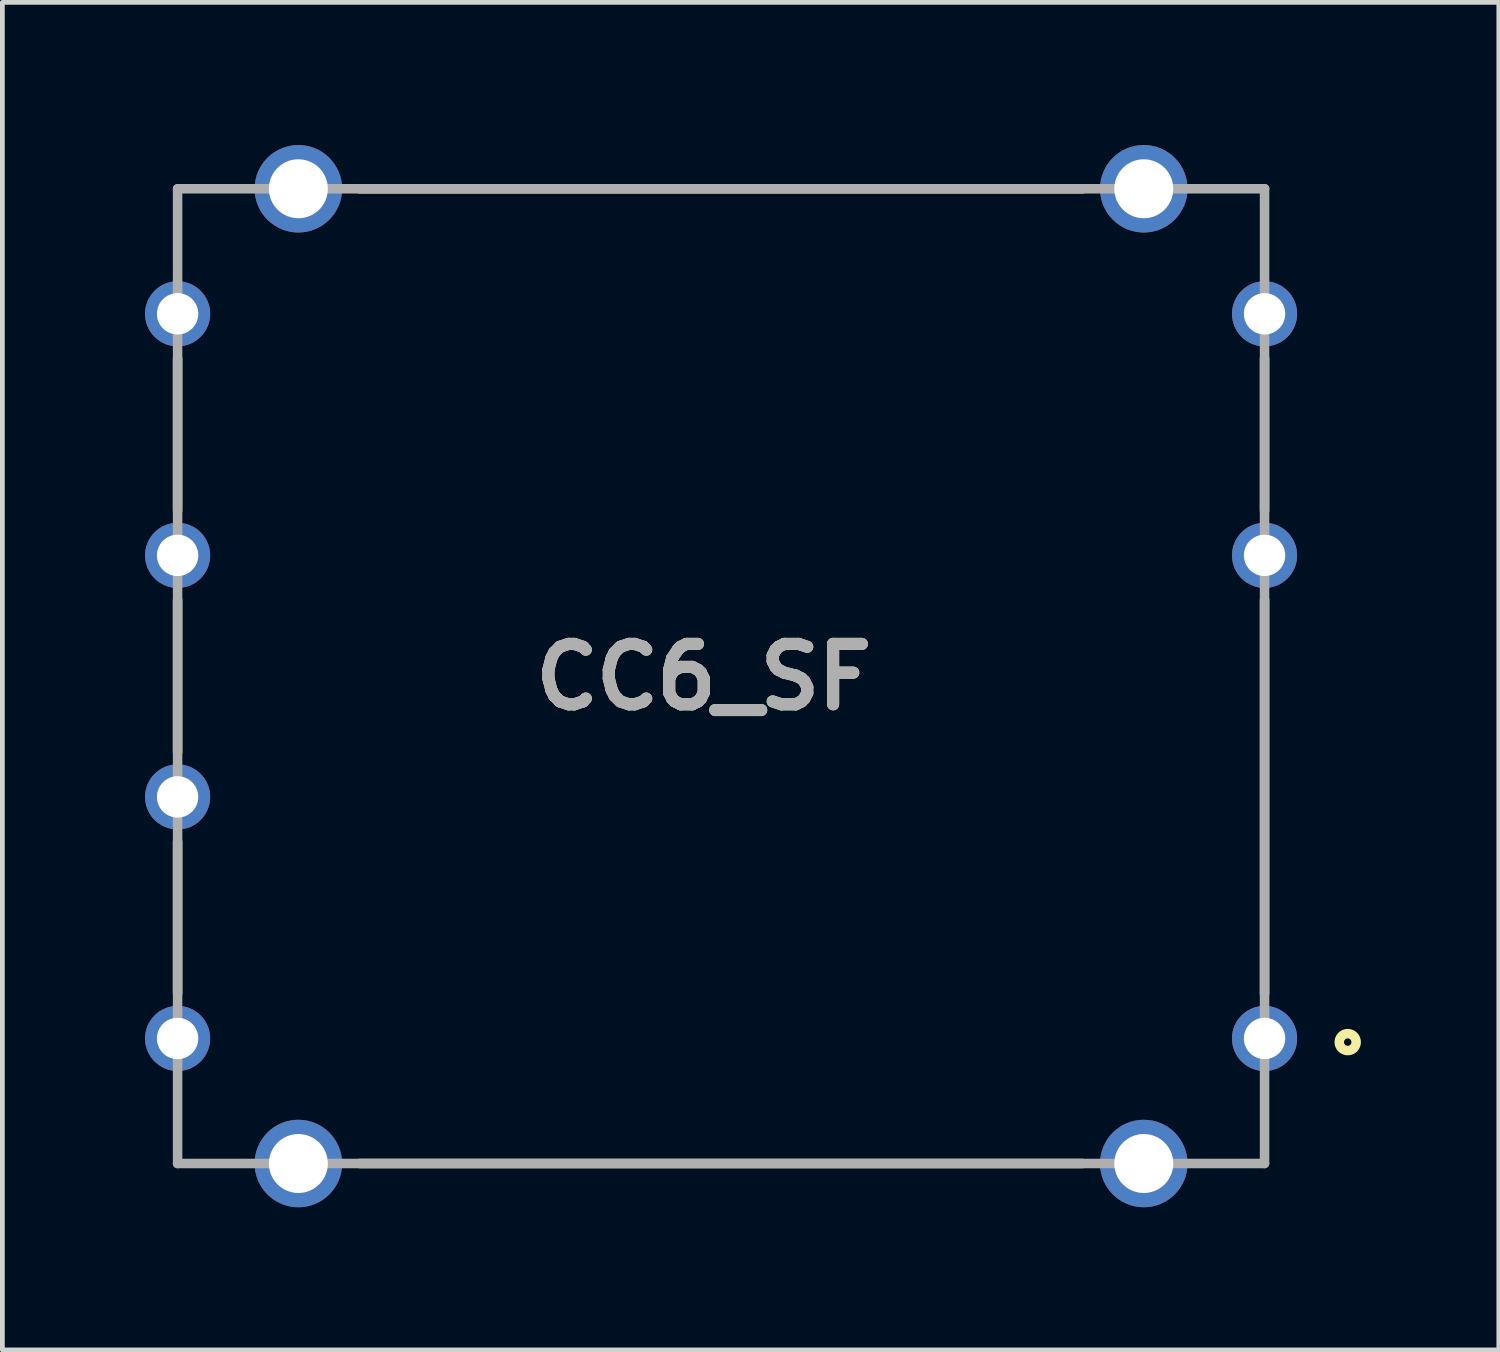
<source format=kicad_pcb>
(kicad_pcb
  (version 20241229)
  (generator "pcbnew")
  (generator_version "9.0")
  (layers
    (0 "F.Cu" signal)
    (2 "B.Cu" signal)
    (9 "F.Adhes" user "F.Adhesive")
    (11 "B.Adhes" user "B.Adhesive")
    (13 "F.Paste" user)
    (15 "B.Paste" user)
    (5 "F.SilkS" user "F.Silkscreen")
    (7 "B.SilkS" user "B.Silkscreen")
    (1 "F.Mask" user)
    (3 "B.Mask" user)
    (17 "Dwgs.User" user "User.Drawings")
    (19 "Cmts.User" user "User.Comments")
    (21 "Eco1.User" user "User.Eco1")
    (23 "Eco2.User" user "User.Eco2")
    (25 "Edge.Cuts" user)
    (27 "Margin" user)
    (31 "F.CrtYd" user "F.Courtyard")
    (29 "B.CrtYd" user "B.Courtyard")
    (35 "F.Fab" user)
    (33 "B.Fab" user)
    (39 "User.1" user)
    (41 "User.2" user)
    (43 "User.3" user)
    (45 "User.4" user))
  (footprint "CC6_SF"
    (layer "F.Cu")
    (at 0.685 6.09)
    (property "Reference" "CC6_SF" (at 11.065 5.098 0) (layer "F.SilkS") (effects (font (size 1.27 1.27) (thickness 0.254))))
    (attr through_hole)
    (fp_line (start 0 -1.6) (end 0 1.6) (stroke (width 0.2) (type solid)) (layer "F.SilkS"))
    (fp_line (start 0 3.48) (end 0 6.68) (stroke (width 0.2) (type solid)) (layer "F.SilkS"))
    (fp_line (start 0 8.56) (end 0 11.76) (stroke (width 0.2) (type solid)) (layer "F.SilkS"))
    (fp_line (start 3.83 -5.17) (end 19.03 -5.17) (stroke (width 0.2) (type solid)) (layer "F.SilkS"))
    (fp_line (start 3.83 15.33) (end 19.03 15.33) (stroke (width 0.2) (type solid)) (layer "F.SilkS"))
    (fp_line (start 22.86 -1.6) (end 22.86 1.6) (stroke (width 0.2) (type solid)) (layer "F.SilkS"))
    (fp_line (start 22.86 3.48) (end 22.86 11.76) (stroke (width 0.2) (type solid)) (layer "F.SilkS"))
    (fp_circle (center 24.609 12.777) (end 24.609 12.855) (stroke (width 0.2) (type solid)) (fill no) (layer "F.SilkS"))
    (fp_line (start 0 -5.17) (end 22.86 -5.17) (stroke (width 0.2) (type solid)) (layer "F.Fab"))
    (fp_line (start 0 15.33) (end 0 -5.17) (stroke (width 0.2) (type solid)) (layer "F.Fab"))
    (fp_line (start 22.86 -5.17) (end 22.86 15.33) (stroke (width 0.2) (type solid)) (layer "F.Fab"))
    (fp_line (start 22.86 15.33) (end 0 15.33) (stroke (width 0.2) (type solid)) (layer "F.Fab"))
    (fp_text user "${REFERENCE}" (at 11.065 5.098 0) (layer "F.Fab") (effects (font (size 1.27 1.27) (thickness 0.254))))
    (pad "1" thru_hole circle (at 22.86 12.7) (size 1.37 1.37) (drill 0.87) (layers "*.Cu" "*.Mask"))
    (pad "2" thru_hole circle (at 22.86 2.54) (size 1.37 1.37) (drill 0.87) (layers "*.Cu" "*.Mask"))
    (pad "3" thru_hole circle (at 22.86 -2.54) (size 1.37 1.37) (drill 0.87) (layers "*.Cu" "*.Mask"))
    (pad "4" thru_hole circle (at 0 -2.54) (size 1.37 1.37) (drill 0.87) (layers "*.Cu" "*.Mask"))
    (pad "5" thru_hole circle (at 0 2.54) (size 1.37 1.37) (drill 0.87) (layers "*.Cu" "*.Mask"))
    (pad "6" thru_hole circle (at 0 7.62) (size 1.37 1.37) (drill 0.87) (layers "*.Cu" "*.Mask"))
    (pad "7" thru_hole circle (at 0 12.7) (size 1.37 1.37) (drill 0.87) (layers "*.Cu" "*.Mask"))
    (pad "8" thru_hole circle (at 2.54 15.33) (size 1.84 1.84) (drill 1.24) (layers "*.Cu" "*.Mask"))
    (pad "9" thru_hole circle (at 20.32 15.33) (size 1.84 1.84) (drill 1.24) (layers "*.Cu" "*.Mask"))
    (pad "10" thru_hole circle (at 20.32 -5.17) (size 1.84 1.84) (drill 1.24) (layers "*.Cu" "*.Mask"))
    (pad "11" thru_hole circle (at 2.54 -5.17) (size 1.84 1.84) (drill 1.24) (layers "*.Cu" "*.Mask")))
  (gr_rect
    (start -3 -3)
    (end 28.472 25.34)
    (stroke (width 0.1) (type default))
    (fill no)
    (layer "Edge.Cuts")))
</source>
